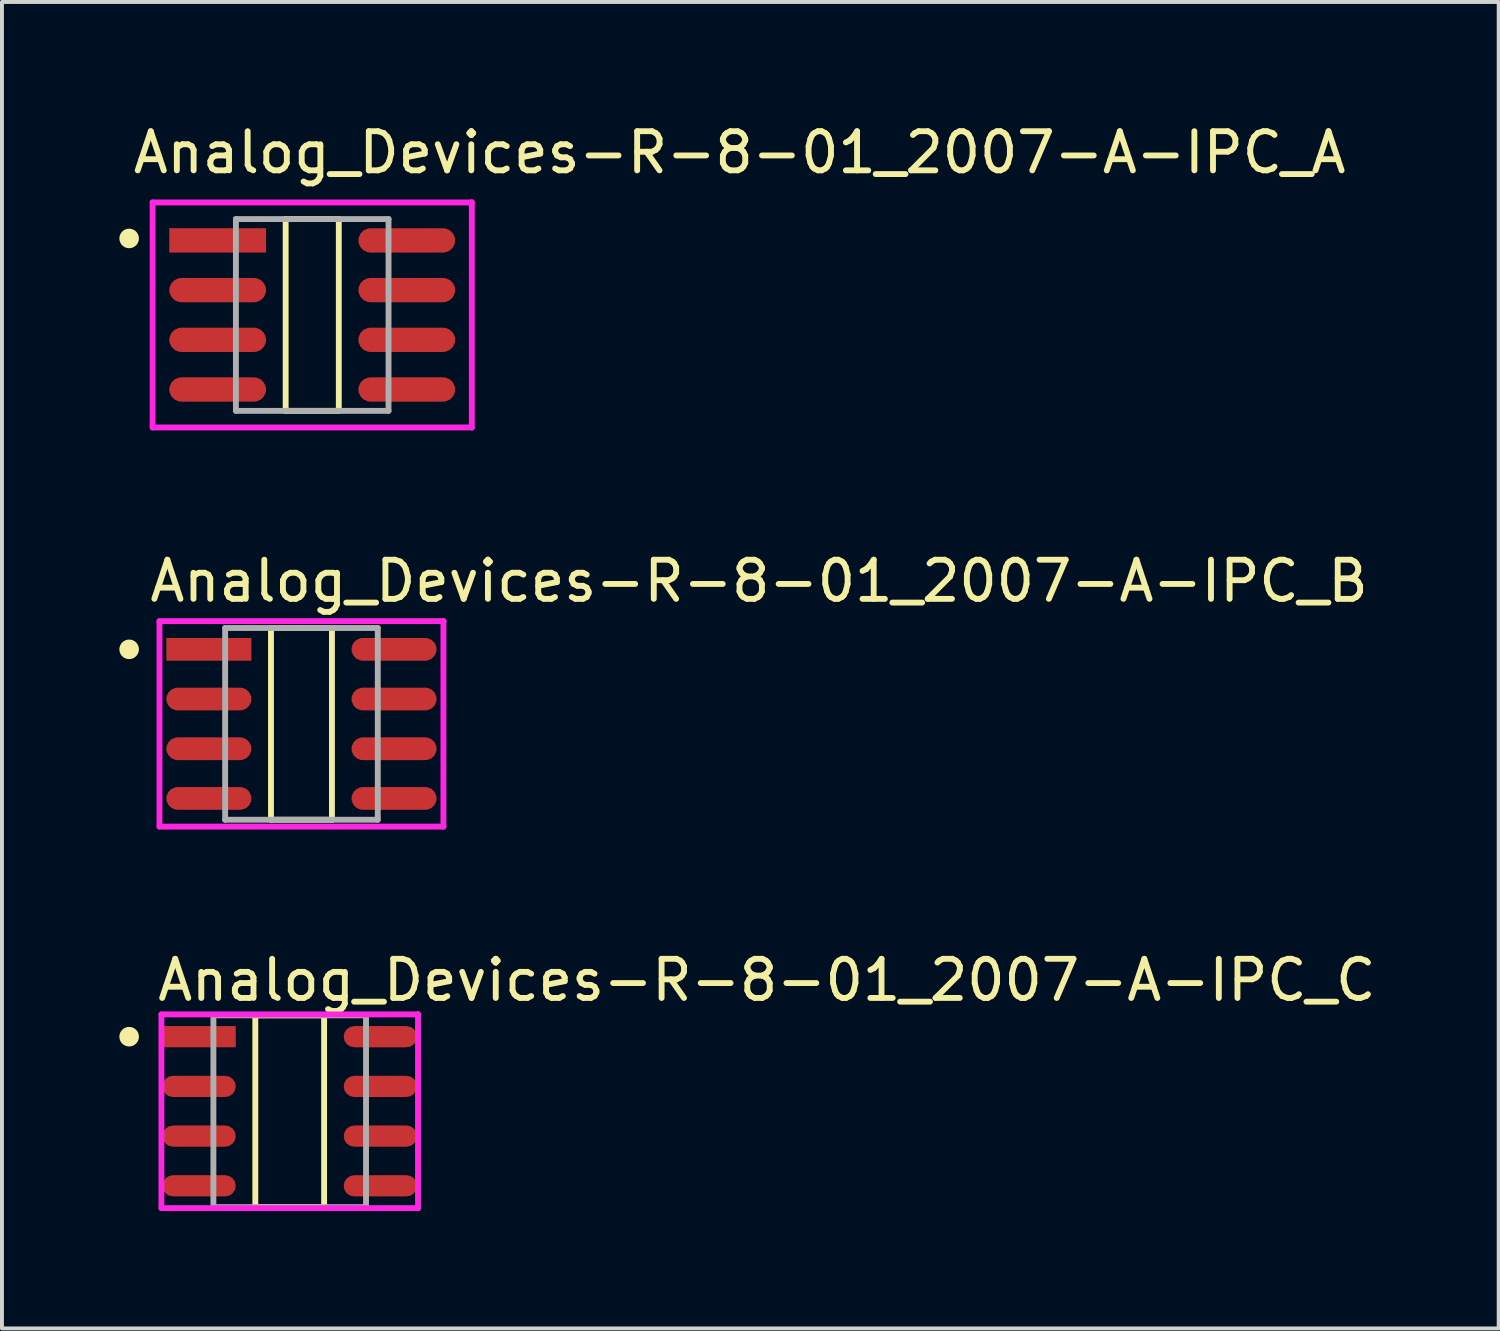
<source format=kicad_pcb>
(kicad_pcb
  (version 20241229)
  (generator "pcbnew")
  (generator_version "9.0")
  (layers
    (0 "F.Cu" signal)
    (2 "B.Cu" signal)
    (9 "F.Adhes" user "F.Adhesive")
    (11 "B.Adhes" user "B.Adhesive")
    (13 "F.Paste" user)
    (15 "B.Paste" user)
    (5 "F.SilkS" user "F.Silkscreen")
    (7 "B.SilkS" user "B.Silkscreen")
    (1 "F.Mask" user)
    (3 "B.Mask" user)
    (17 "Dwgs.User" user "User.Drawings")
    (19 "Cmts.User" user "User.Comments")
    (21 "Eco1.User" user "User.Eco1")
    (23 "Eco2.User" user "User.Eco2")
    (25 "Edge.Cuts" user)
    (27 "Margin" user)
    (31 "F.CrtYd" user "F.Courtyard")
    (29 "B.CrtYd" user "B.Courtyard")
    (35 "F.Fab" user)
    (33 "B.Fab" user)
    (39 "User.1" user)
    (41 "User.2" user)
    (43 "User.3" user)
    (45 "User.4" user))
  (footprint "Analog_Devices-R-8-01_2007-A-IPC_B"
    (layer "F.Cu")
    (at 4.653 15.447)
    (property "Reference" "Analog_Devices-R-8-01_2007-A-IPC_B" (at -3.953 -3.65 0) (layer "F.SilkS") (effects (font (size 1 1) (thickness 0.15)) (justify left)))
    (attr through_hole)
    (fp_line (start -0.779 -2.45) (end 0.779 -2.45) (stroke (width 0.15) (type solid)) (layer "F.SilkS"))
    (fp_line (start -0.779 2.45) (end -0.779 -2.45) (stroke (width 0.15) (type solid)) (layer "F.SilkS"))
    (fp_line (start 0.779 -2.45) (end 0.779 2.45) (stroke (width 0.15) (type solid)) (layer "F.SilkS"))
    (fp_line (start 0.779 2.45) (end -0.779 2.45) (stroke (width 0.15) (type solid)) (layer "F.SilkS"))
    (fp_circle (center -4.403 -1.905) (end -4.278 -1.905) (stroke (width 0.25) (type solid)) (fill no) (layer "F.SilkS"))
    (fp_line (start -3.628 -2.625) (end -3.628 2.625) (stroke (width 0.15) (type solid)) (layer "F.CrtYd"))
    (fp_line (start -3.628 2.625) (end 3.628 2.625) (stroke (width 0.15) (type solid)) (layer "F.CrtYd"))
    (fp_line (start 3.628 -2.625) (end -3.628 -2.625) (stroke (width 0.15) (type solid)) (layer "F.CrtYd"))
    (fp_line (start 3.628 -2.625) (end 3.628 -2.625) (stroke (width 0.15) (type solid)) (layer "F.CrtYd"))
    (fp_line (start 3.628 2.625) (end 3.628 -2.625) (stroke (width 0.15) (type solid)) (layer "F.CrtYd"))
    (fp_line (start -1.95 -2.45) (end 1.95 -2.45) (stroke (width 0.15) (type solid)) (layer "F.Fab"))
    (fp_line (start -1.95 2.45) (end -1.95 -2.45) (stroke (width 0.15) (type solid)) (layer "F.Fab"))
    (fp_line (start 1.95 -2.45) (end 1.95 2.45) (stroke (width 0.15) (type solid)) (layer "F.Fab"))
    (fp_line (start 1.95 2.45) (end -1.95 2.45) (stroke (width 0.15) (type solid)) (layer "F.Fab"))
    (pad "1" smd rect (at -2.366 -1.905) (size 2.174 0.582) (layers "F.Cu" "F.Mask" "F.Paste"))
    (pad "2" smd roundrect (at -2.366 -0.635) (size 2.174 0.582) (layers "F.Cu" "F.Mask" "F.Paste") (roundrect_rratio 0.5))
    (pad "3" smd roundrect (at -2.366 0.635) (size 2.174 0.582) (layers "F.Cu" "F.Mask" "F.Paste") (roundrect_rratio 0.5))
    (pad "4" smd roundrect (at -2.366 1.905) (size 2.174 0.582) (layers "F.Cu" "F.Mask" "F.Paste") (roundrect_rratio 0.5))
    (pad "5" smd roundrect (at 2.366 1.905) (size 2.174 0.582) (layers "F.Cu" "F.Mask" "F.Paste") (roundrect_rratio 0.5))
    (pad "6" smd roundrect (at 2.366 0.635) (size 2.174 0.582) (layers "F.Cu" "F.Mask" "F.Paste") (roundrect_rratio 0.5))
    (pad "7" smd roundrect (at 2.366 -0.635) (size 2.174 0.582) (layers "F.Cu" "F.Mask" "F.Paste") (roundrect_rratio 0.5))
    (pad "8" smd roundrect (at 2.366 -1.905) (size 2.174 0.582) (layers "F.Cu" "F.Mask" "F.Paste") (roundrect_rratio 0.5)))
  (footprint "Analog_Devices-R-8-01_2007-A-IPC_A"
    (layer "F.Cu")
    (at 4.928 4.998)
    (property "Reference" "Analog_Devices-R-8-01_2007-A-IPC_A" (at -4.653 -4.15 0) (layer "F.SilkS") (effects (font (size 1 1) (thickness 0.15)) (justify left)))
    (attr through_hole)
    (fp_line (start -0.679 -2.45) (end 0.679 -2.45) (stroke (width 0.15) (type solid)) (layer "F.SilkS"))
    (fp_line (start -0.679 2.45) (end -0.679 -2.45) (stroke (width 0.15) (type solid)) (layer "F.SilkS"))
    (fp_line (start 0.679 -2.45) (end 0.679 2.45) (stroke (width 0.15) (type solid)) (layer "F.SilkS"))
    (fp_line (start 0.679 2.45) (end -0.679 2.45) (stroke (width 0.15) (type solid)) (layer "F.SilkS"))
    (fp_circle (center -4.678 -1.955) (end -4.553 -1.955) (stroke (width 0.25) (type solid)) (fill no) (layer "F.SilkS"))
    (fp_line (start -4.078 -2.875) (end -4.078 2.875) (stroke (width 0.15) (type solid)) (layer "F.CrtYd"))
    (fp_line (start -4.078 2.875) (end 4.078 2.875) (stroke (width 0.15) (type solid)) (layer "F.CrtYd"))
    (fp_line (start 4.078 -2.875) (end -4.078 -2.875) (stroke (width 0.15) (type solid)) (layer "F.CrtYd"))
    (fp_line (start 4.078 -2.875) (end 4.078 -2.875) (stroke (width 0.15) (type solid)) (layer "F.CrtYd"))
    (fp_line (start 4.078 2.875) (end 4.078 -2.875) (stroke (width 0.15) (type solid)) (layer "F.CrtYd"))
    (fp_line (start -1.95 -2.45) (end 1.95 -2.45) (stroke (width 0.15) (type solid)) (layer "F.Fab"))
    (fp_line (start -1.95 2.45) (end -1.95 -2.45) (stroke (width 0.15) (type solid)) (layer "F.Fab"))
    (fp_line (start 1.95 -2.45) (end 1.95 2.45) (stroke (width 0.15) (type solid)) (layer "F.Fab"))
    (fp_line (start 1.95 2.45) (end -1.95 2.45) (stroke (width 0.15) (type solid)) (layer "F.Fab"))
    (pad "1" smd rect (at -2.416 -1.905) (size 2.474 0.622) (layers "F.Cu" "F.Mask" "F.Paste"))
    (pad "2" smd roundrect (at -2.416 -0.635) (size 2.474 0.622) (layers "F.Cu" "F.Mask" "F.Paste") (roundrect_rratio 0.5))
    (pad "3" smd roundrect (at -2.416 0.635) (size 2.474 0.622) (layers "F.Cu" "F.Mask" "F.Paste") (roundrect_rratio 0.5))
    (pad "4" smd roundrect (at -2.416 1.905) (size 2.474 0.622) (layers "F.Cu" "F.Mask" "F.Paste") (roundrect_rratio 0.5))
    (pad "5" smd roundrect (at 2.416 1.905) (size 2.474 0.622) (layers "F.Cu" "F.Mask" "F.Paste") (roundrect_rratio 0.5))
    (pad "6" smd roundrect (at 2.416 0.635) (size 2.474 0.622) (layers "F.Cu" "F.Mask" "F.Paste") (roundrect_rratio 0.5))
    (pad "7" smd roundrect (at 2.416 -0.635) (size 2.474 0.622) (layers "F.Cu" "F.Mask" "F.Paste") (roundrect_rratio 0.5))
    (pad "8" smd roundrect (at 2.416 -1.905) (size 2.474 0.622) (layers "F.Cu" "F.Mask" "F.Paste") (roundrect_rratio 0.5)))
  (footprint "Analog_Devices-R-8-01_2007-A-IPC_C"
    (layer "F.Cu")
    (at 4.353 25.345)
    (property "Reference" "Analog_Devices-R-8-01_2007-A-IPC_C" (at -3.453 -3.35 0) (layer "F.SilkS") (effects (font (size 1 1) (thickness 0.15)) (justify left)))
    (attr through_hole)
    (fp_line (start -0.879 -2.45) (end 0.879 -2.45) (stroke (width 0.15) (type solid)) (layer "F.SilkS"))
    (fp_line (start -0.879 2.45) (end -0.879 -2.45) (stroke (width 0.15) (type solid)) (layer "F.SilkS"))
    (fp_line (start 0.879 -2.45) (end 0.879 2.45) (stroke (width 0.15) (type solid)) (layer "F.SilkS"))
    (fp_line (start 0.879 2.45) (end -0.879 2.45) (stroke (width 0.15) (type solid)) (layer "F.SilkS"))
    (fp_circle (center -4.103 -1.905) (end -3.978 -1.905) (stroke (width 0.25) (type solid)) (fill no) (layer "F.SilkS"))
    (fp_line (start -3.278 -2.475) (end -3.278 2.475) (stroke (width 0.15) (type solid)) (layer "F.CrtYd"))
    (fp_line (start -3.278 2.475) (end 3.278 2.475) (stroke (width 0.15) (type solid)) (layer "F.CrtYd"))
    (fp_line (start 3.278 -2.475) (end -3.278 -2.475) (stroke (width 0.15) (type solid)) (layer "F.CrtYd"))
    (fp_line (start 3.278 -2.475) (end 3.278 -2.475) (stroke (width 0.15) (type solid)) (layer "F.CrtYd"))
    (fp_line (start 3.278 2.475) (end 3.278 -2.475) (stroke (width 0.15) (type solid)) (layer "F.CrtYd"))
    (fp_line (start -1.95 -2.45) (end 1.95 -2.45) (stroke (width 0.15) (type solid)) (layer "F.Fab"))
    (fp_line (start -1.95 2.45) (end -1.95 -2.45) (stroke (width 0.15) (type solid)) (layer "F.Fab"))
    (fp_line (start 1.95 -2.45) (end 1.95 2.45) (stroke (width 0.15) (type solid)) (layer "F.Fab"))
    (fp_line (start 1.95 2.45) (end -1.95 2.45) (stroke (width 0.15) (type solid)) (layer "F.Fab"))
    (pad "1" smd rect (at -2.316 -1.905) (size 1.874 0.542) (layers "F.Cu" "F.Mask" "F.Paste"))
    (pad "2" smd roundrect (at -2.316 -0.635) (size 1.874 0.542) (layers "F.Cu" "F.Mask" "F.Paste") (roundrect_rratio 0.5))
    (pad "3" smd roundrect (at -2.316 0.635) (size 1.874 0.542) (layers "F.Cu" "F.Mask" "F.Paste") (roundrect_rratio 0.5))
    (pad "4" smd roundrect (at -2.316 1.905) (size 1.874 0.542) (layers "F.Cu" "F.Mask" "F.Paste") (roundrect_rratio 0.5))
    (pad "5" smd roundrect (at 2.316 1.905) (size 1.874 0.542) (layers "F.Cu" "F.Mask" "F.Paste") (roundrect_rratio 0.5))
    (pad "6" smd roundrect (at 2.316 0.635) (size 1.874 0.542) (layers "F.Cu" "F.Mask" "F.Paste") (roundrect_rratio 0.5))
    (pad "7" smd roundrect (at 2.316 -0.635) (size 1.874 0.542) (layers "F.Cu" "F.Mask" "F.Paste") (roundrect_rratio 0.5))
    (pad "8" smd roundrect (at 2.316 -1.905) (size 1.874 0.542) (layers "F.Cu" "F.Mask" "F.Paste") (roundrect_rratio 0.5)))
  (gr_rect
    (start -3 -3)
    (end 35.245 30.895)
    (stroke (width 0.1) (type default))
    (fill no)
    (layer "Edge.Cuts")))
</source>
